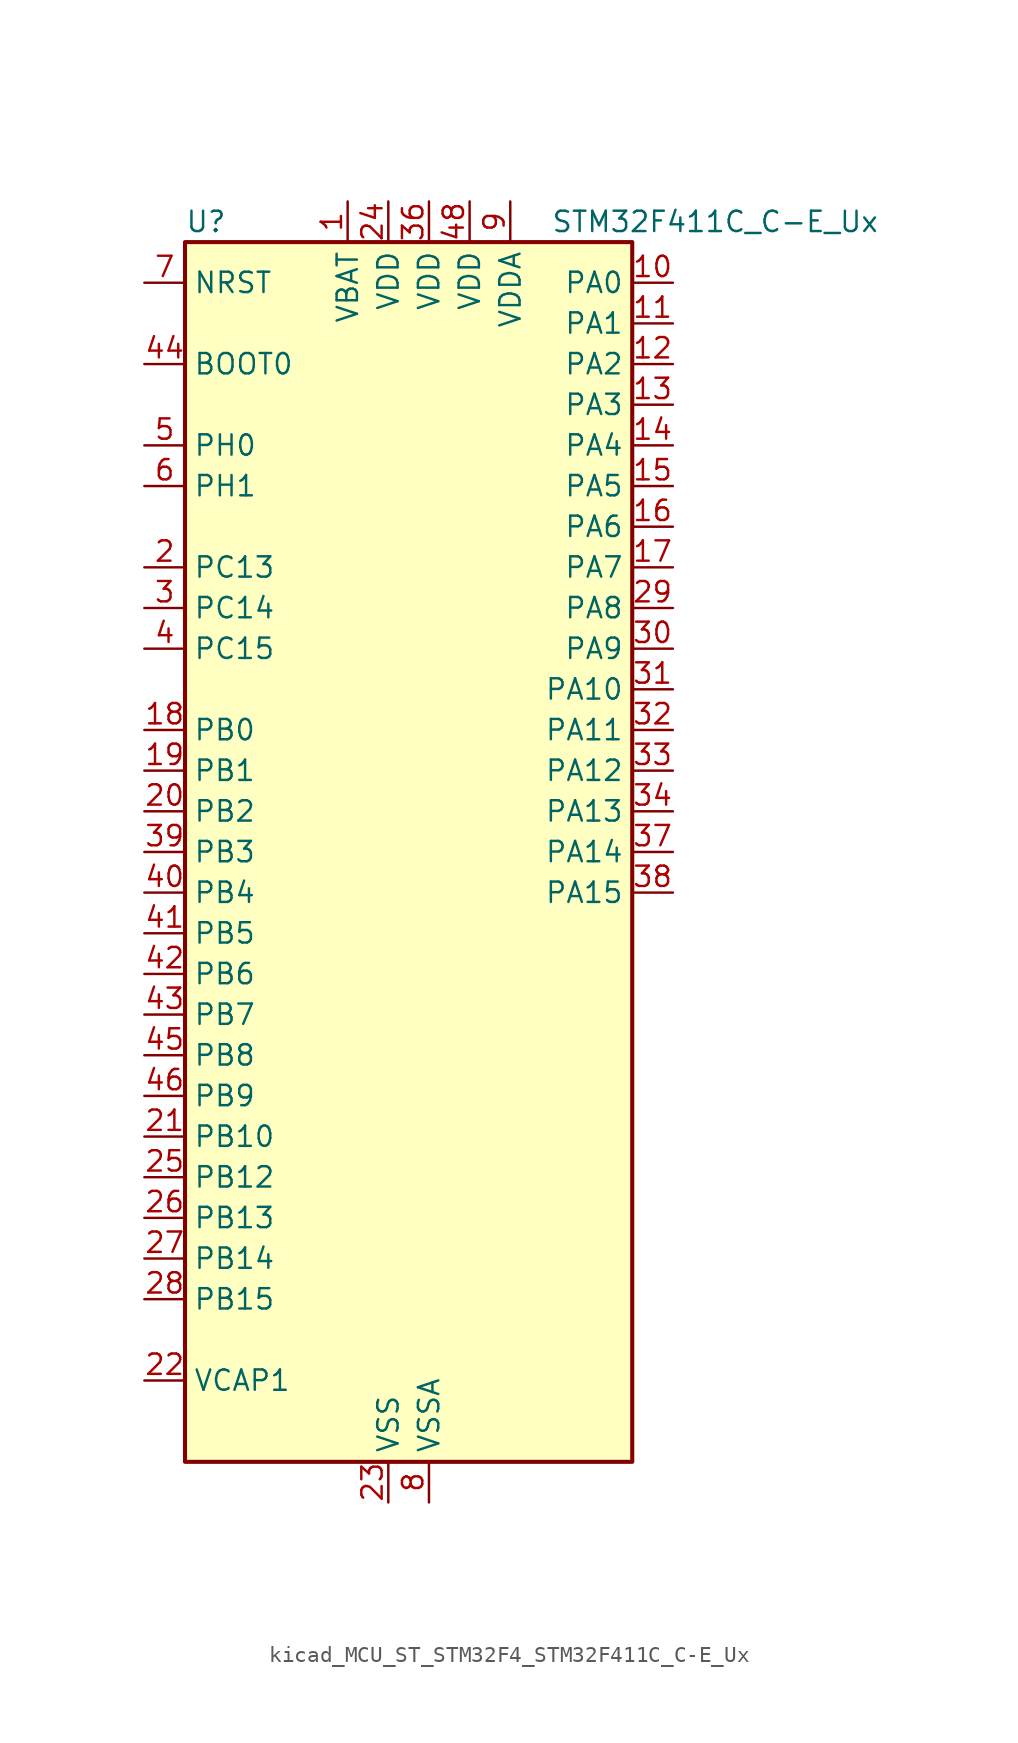
<source format=kicad_sym>
(kicad_symbol_lib
  (version 20220914)
  (generator kicad_symbol_editor)
  (symbol "kicad_MCU_ST_STM32F4_STM32F411C_C-E_Ux"
    (property "Reference" "U"
      (at -12.7 39.37 0)
      (effects (font (size 1.27 1.27)) (justify left)))
    (property "Value" "STM32F411C_C-E_Ux"
      (at 10.16 39.37 0)
      (effects (font (size 1.27 1.27)) (justify left)))
    (property "ki_locked" ""
      (at 0 0 0)
      (effects (font (size 1.27 1.27))))
    (symbol "kicad_MCU_ST_STM32F4_STM32F411C_C-E_Ux_0_1"
      (rectangle (start -12.7 -38.1) (end 15.24 38.1) (stroke (width 0.254) (type default)) (fill (type background))))
    (symbol "kicad_MCU_ST_STM32F4_STM32F411C_C-E_Ux_1_1"
      (pin power_in line (at -2.54 40.64 270) (length 2.54) (name "VBAT" (effects (font (size 1.27 1.27)))) (number "1" (effects (font (size 1.27 1.27)))))
      (pin bidirectional line (at 17.78 35.56 180) (length 2.54) (name "PA0" (effects (font (size 1.27 1.27)))) (number "10" (effects (font (size 1.27 1.27)))) (alternate "ADC1_IN0" bidirectional line) (alternate "SYS_WKUP" bidirectional line) (alternate "TIM2_CH1" bidirectional line) (alternate "TIM2_ETR" bidirectional line) (alternate "TIM5_CH1" bidirectional line) (alternate "USART2_CTS" bidirectional line))
      (pin bidirectional line (at 17.78 33.02 180) (length 2.54) (name "PA1" (effects (font (size 1.27 1.27)))) (number "11" (effects (font (size 1.27 1.27)))) (alternate "ADC1_IN1" bidirectional line) (alternate "I2S4_SD" bidirectional line) (alternate "SPI4_MOSI" bidirectional line) (alternate "TIM2_CH2" bidirectional line) (alternate "TIM5_CH2" bidirectional line) (alternate "USART2_RTS" bidirectional line))
      (pin bidirectional line (at 17.78 30.48 180) (length 2.54) (name "PA2" (effects (font (size 1.27 1.27)))) (number "12" (effects (font (size 1.27 1.27)))) (alternate "ADC1_IN2" bidirectional line) (alternate "I2S_CKIN" bidirectional line) (alternate "TIM2_CH3" bidirectional line) (alternate "TIM5_CH3" bidirectional line) (alternate "TIM9_CH1" bidirectional line) (alternate "USART2_TX" bidirectional line))
      (pin bidirectional line (at 17.78 27.94 180) (length 2.54) (name "PA3" (effects (font (size 1.27 1.27)))) (number "13" (effects (font (size 1.27 1.27)))) (alternate "ADC1_IN3" bidirectional line) (alternate "I2S2_MCK" bidirectional line) (alternate "TIM2_CH4" bidirectional line) (alternate "TIM5_CH4" bidirectional line) (alternate "TIM9_CH2" bidirectional line) (alternate "USART2_RX" bidirectional line))
      (pin bidirectional line (at 17.78 25.4 180) (length 2.54) (name "PA4" (effects (font (size 1.27 1.27)))) (number "14" (effects (font (size 1.27 1.27)))) (alternate "ADC1_IN4" bidirectional line) (alternate "I2S1_WS" bidirectional line) (alternate "I2S3_WS" bidirectional line) (alternate "SPI1_NSS" bidirectional line) (alternate "SPI3_NSS" bidirectional line) (alternate "USART2_CK" bidirectional line))
      (pin bidirectional line (at 17.78 22.86 180) (length 2.54) (name "PA5" (effects (font (size 1.27 1.27)))) (number "15" (effects (font (size 1.27 1.27)))) (alternate "ADC1_IN5" bidirectional line) (alternate "I2S1_CK" bidirectional line) (alternate "SPI1_SCK" bidirectional line) (alternate "TIM2_CH1" bidirectional line) (alternate "TIM2_ETR" bidirectional line))
      (pin bidirectional line (at 17.78 20.32 180) (length 2.54) (name "PA6" (effects (font (size 1.27 1.27)))) (number "16" (effects (font (size 1.27 1.27)))) (alternate "ADC1_IN6" bidirectional line) (alternate "I2S2_MCK" bidirectional line) (alternate "SDIO_CMD" bidirectional line) (alternate "SPI1_MISO" bidirectional line) (alternate "TIM1_BKIN" bidirectional line) (alternate "TIM3_CH1" bidirectional line))
      (pin bidirectional line (at 17.78 17.78 180) (length 2.54) (name "PA7" (effects (font (size 1.27 1.27)))) (number "17" (effects (font (size 1.27 1.27)))) (alternate "ADC1_IN7" bidirectional line) (alternate "I2S1_SD" bidirectional line) (alternate "SPI1_MOSI" bidirectional line) (alternate "TIM1_CH1N" bidirectional line) (alternate "TIM3_CH2" bidirectional line))
      (pin bidirectional line (at -15.24 7.62 0) (length 2.54) (name "PB0" (effects (font (size 1.27 1.27)))) (number "18" (effects (font (size 1.27 1.27)))) (alternate "ADC1_IN8" bidirectional line) (alternate "I2S5_CK" bidirectional line) (alternate "SPI5_SCK" bidirectional line) (alternate "TIM1_CH2N" bidirectional line) (alternate "TIM3_CH3" bidirectional line))
      (pin bidirectional line (at -15.24 5.08 0) (length 2.54) (name "PB1" (effects (font (size 1.27 1.27)))) (number "19" (effects (font (size 1.27 1.27)))) (alternate "ADC1_IN9" bidirectional line) (alternate "I2S5_WS" bidirectional line) (alternate "SPI5_NSS" bidirectional line) (alternate "TIM1_CH3N" bidirectional line) (alternate "TIM3_CH4" bidirectional line))
      (pin bidirectional line (at -15.24 17.78 0) (length 2.54) (name "PC13" (effects (font (size 1.27 1.27)))) (number "2" (effects (font (size 1.27 1.27)))) (alternate "RTC_AF1" bidirectional line))
      (pin bidirectional line (at -15.24 2.54 0) (length 2.54) (name "PB2" (effects (font (size 1.27 1.27)))) (number "20" (effects (font (size 1.27 1.27)))))
      (pin bidirectional line (at -15.24 -17.78 0) (length 2.54) (name "PB10" (effects (font (size 1.27 1.27)))) (number "21" (effects (font (size 1.27 1.27)))) (alternate "I2C2_SCL" bidirectional line) (alternate "I2S2_CK" bidirectional line) (alternate "I2S3_MCK" bidirectional line) (alternate "SDIO_D7" bidirectional line) (alternate "SPI2_SCK" bidirectional line) (alternate "TIM2_CH3" bidirectional line))
      (pin power_out line (at -15.24 -33.02 0) (length 2.54) (name "VCAP1" (effects (font (size 1.27 1.27)))) (number "22" (effects (font (size 1.27 1.27)))))
      (pin power_in line (at 0 -40.64 90) (length 2.54) (name "VSS" (effects (font (size 1.27 1.27)))) (number "23" (effects (font (size 1.27 1.27)))))
      (pin power_in line (at 0 40.64 270) (length 2.54) (name "VDD" (effects (font (size 1.27 1.27)))) (number "24" (effects (font (size 1.27 1.27)))))
      (pin bidirectional line (at -15.24 -20.32 0) (length 2.54) (name "PB12" (effects (font (size 1.27 1.27)))) (number "25" (effects (font (size 1.27 1.27)))) (alternate "I2C2_SMBA" bidirectional line) (alternate "I2S2_WS" bidirectional line) (alternate "I2S3_CK" bidirectional line) (alternate "I2S4_WS" bidirectional line) (alternate "SPI2_NSS" bidirectional line) (alternate "SPI3_SCK" bidirectional line) (alternate "SPI4_NSS" bidirectional line) (alternate "TIM1_BKIN" bidirectional line))
      (pin bidirectional line (at -15.24 -22.86 0) (length 2.54) (name "PB13" (effects (font (size 1.27 1.27)))) (number "26" (effects (font (size 1.27 1.27)))) (alternate "I2S2_CK" bidirectional line) (alternate "I2S4_CK" bidirectional line) (alternate "SPI2_SCK" bidirectional line) (alternate "SPI4_SCK" bidirectional line) (alternate "TIM1_CH1N" bidirectional line))
      (pin bidirectional line (at -15.24 -25.4 0) (length 2.54) (name "PB14" (effects (font (size 1.27 1.27)))) (number "27" (effects (font (size 1.27 1.27)))) (alternate "I2S2_ext_SD" bidirectional line) (alternate "SDIO_D6" bidirectional line) (alternate "SPI2_MISO" bidirectional line) (alternate "TIM1_CH2N" bidirectional line))
      (pin bidirectional line (at -15.24 -27.94 0) (length 2.54) (name "PB15" (effects (font (size 1.27 1.27)))) (number "28" (effects (font (size 1.27 1.27)))) (alternate "ADC1_EXTI15" bidirectional line) (alternate "I2S2_SD" bidirectional line) (alternate "RTC_REFIN" bidirectional line) (alternate "SDIO_CK" bidirectional line) (alternate "SPI2_MOSI" bidirectional line) (alternate "TIM1_CH3N" bidirectional line))
      (pin bidirectional line (at 17.78 15.24 180) (length 2.54) (name "PA8" (effects (font (size 1.27 1.27)))) (number "29" (effects (font (size 1.27 1.27)))) (alternate "I2C3_SCL" bidirectional line) (alternate "RCC_MCO_1" bidirectional line) (alternate "SDIO_D1" bidirectional line) (alternate "TIM1_CH1" bidirectional line) (alternate "USART1_CK" bidirectional line) (alternate "USB_OTG_FS_SOF" bidirectional line))
      (pin bidirectional line (at -15.24 15.24 0) (length 2.54) (name "PC14" (effects (font (size 1.27 1.27)))) (number "3" (effects (font (size 1.27 1.27)))) (alternate "RCC_OSC32_IN" bidirectional line))
      (pin bidirectional line (at 17.78 12.7 180) (length 2.54) (name "PA9" (effects (font (size 1.27 1.27)))) (number "30" (effects (font (size 1.27 1.27)))) (alternate "I2C3_SMBA" bidirectional line) (alternate "SDIO_D2" bidirectional line) (alternate "TIM1_CH2" bidirectional line) (alternate "USART1_TX" bidirectional line) (alternate "USB_OTG_FS_VBUS" bidirectional line))
      (pin bidirectional line (at 17.78 10.16 180) (length 2.54) (name "PA10" (effects (font (size 1.27 1.27)))) (number "31" (effects (font (size 1.27 1.27)))) (alternate "I2S5_SD" bidirectional line) (alternate "SPI5_MOSI" bidirectional line) (alternate "TIM1_CH3" bidirectional line) (alternate "USART1_RX" bidirectional line) (alternate "USB_OTG_FS_ID" bidirectional line))
      (pin bidirectional line (at 17.78 7.62 180) (length 2.54) (name "PA11" (effects (font (size 1.27 1.27)))) (number "32" (effects (font (size 1.27 1.27)))) (alternate "ADC1_EXTI11" bidirectional line) (alternate "SPI4_MISO" bidirectional line) (alternate "TIM1_CH4" bidirectional line) (alternate "USART1_CTS" bidirectional line) (alternate "USART6_TX" bidirectional line) (alternate "USB_OTG_FS_DM" bidirectional line))
      (pin bidirectional line (at 17.78 5.08 180) (length 2.54) (name "PA12" (effects (font (size 1.27 1.27)))) (number "33" (effects (font (size 1.27 1.27)))) (alternate "SPI5_MISO" bidirectional line) (alternate "TIM1_ETR" bidirectional line) (alternate "USART1_RTS" bidirectional line) (alternate "USART6_RX" bidirectional line) (alternate "USB_OTG_FS_DP" bidirectional line))
      (pin bidirectional line (at 17.78 2.54 180) (length 2.54) (name "PA13" (effects (font (size 1.27 1.27)))) (number "34" (effects (font (size 1.27 1.27)))) (alternate "SYS_JTMS-SWDIO" bidirectional line))
      (pin passive line (at 0 -40.64 90) (length 2.54) hide (name "VSS" (effects (font (size 1.27 1.27)))) (number "35" (effects (font (size 1.27 1.27)))))
      (pin power_in line (at 2.54 40.64 270) (length 2.54) (name "VDD" (effects (font (size 1.27 1.27)))) (number "36" (effects (font (size 1.27 1.27)))))
      (pin bidirectional line (at 17.78 0 180) (length 2.54) (name "PA14" (effects (font (size 1.27 1.27)))) (number "37" (effects (font (size 1.27 1.27)))) (alternate "SYS_JTCK-SWCLK" bidirectional line))
      (pin bidirectional line (at 17.78 -2.54 180) (length 2.54) (name "PA15" (effects (font (size 1.27 1.27)))) (number "38" (effects (font (size 1.27 1.27)))) (alternate "ADC1_EXTI15" bidirectional line) (alternate "I2S1_WS" bidirectional line) (alternate "I2S3_WS" bidirectional line) (alternate "SPI1_NSS" bidirectional line) (alternate "SPI3_NSS" bidirectional line) (alternate "SYS_JTDI" bidirectional line) (alternate "TIM2_CH1" bidirectional line) (alternate "TIM2_ETR" bidirectional line) (alternate "USART1_TX" bidirectional line))
      (pin bidirectional line (at -15.24 0 0) (length 2.54) (name "PB3" (effects (font (size 1.27 1.27)))) (number "39" (effects (font (size 1.27 1.27)))) (alternate "I2C2_SDA" bidirectional line) (alternate "I2S1_CK" bidirectional line) (alternate "I2S3_CK" bidirectional line) (alternate "SPI1_SCK" bidirectional line) (alternate "SPI3_SCK" bidirectional line) (alternate "SYS_JTDO-SWO" bidirectional line) (alternate "TIM2_CH2" bidirectional line) (alternate "USART1_RX" bidirectional line))
      (pin bidirectional line (at -15.24 12.7 0) (length 2.54) (name "PC15" (effects (font (size 1.27 1.27)))) (number "4" (effects (font (size 1.27 1.27)))) (alternate "ADC1_EXTI15" bidirectional line) (alternate "RCC_OSC32_OUT" bidirectional line))
      (pin bidirectional line (at -15.24 -2.54 0) (length 2.54) (name "PB4" (effects (font (size 1.27 1.27)))) (number "40" (effects (font (size 1.27 1.27)))) (alternate "I2C3_SDA" bidirectional line) (alternate "I2S3_ext_SD" bidirectional line) (alternate "SDIO_D0" bidirectional line) (alternate "SPI1_MISO" bidirectional line) (alternate "SPI3_MISO" bidirectional line) (alternate "SYS_JTRST" bidirectional line) (alternate "TIM3_CH1" bidirectional line))
      (pin bidirectional line (at -15.24 -5.08 0) (length 2.54) (name "PB5" (effects (font (size 1.27 1.27)))) (number "41" (effects (font (size 1.27 1.27)))) (alternate "I2C1_SMBA" bidirectional line) (alternate "I2S1_SD" bidirectional line) (alternate "I2S3_SD" bidirectional line) (alternate "SDIO_D3" bidirectional line) (alternate "SPI1_MOSI" bidirectional line) (alternate "SPI3_MOSI" bidirectional line) (alternate "TIM3_CH2" bidirectional line))
      (pin bidirectional line (at -15.24 -7.62 0) (length 2.54) (name "PB6" (effects (font (size 1.27 1.27)))) (number "42" (effects (font (size 1.27 1.27)))) (alternate "I2C1_SCL" bidirectional line) (alternate "TIM4_CH1" bidirectional line) (alternate "USART1_TX" bidirectional line))
      (pin bidirectional line (at -15.24 -10.16 0) (length 2.54) (name "PB7" (effects (font (size 1.27 1.27)))) (number "43" (effects (font (size 1.27 1.27)))) (alternate "I2C1_SDA" bidirectional line) (alternate "SDIO_D0" bidirectional line) (alternate "TIM4_CH2" bidirectional line) (alternate "USART1_RX" bidirectional line))
      (pin input line (at -15.24 30.48 0) (length 2.54) (name "BOOT0" (effects (font (size 1.27 1.27)))) (number "44" (effects (font (size 1.27 1.27)))))
      (pin bidirectional line (at -15.24 -12.7 0) (length 2.54) (name "PB8" (effects (font (size 1.27 1.27)))) (number "45" (effects (font (size 1.27 1.27)))) (alternate "I2C1_SCL" bidirectional line) (alternate "I2C3_SDA" bidirectional line) (alternate "I2S5_SD" bidirectional line) (alternate "SDIO_D4" bidirectional line) (alternate "SPI5_MOSI" bidirectional line) (alternate "TIM10_CH1" bidirectional line) (alternate "TIM4_CH3" bidirectional line))
      (pin bidirectional line (at -15.24 -15.24 0) (length 2.54) (name "PB9" (effects (font (size 1.27 1.27)))) (number "46" (effects (font (size 1.27 1.27)))) (alternate "I2C1_SDA" bidirectional line) (alternate "I2C2_SDA" bidirectional line) (alternate "I2S2_WS" bidirectional line) (alternate "SDIO_D5" bidirectional line) (alternate "SPI2_NSS" bidirectional line) (alternate "TIM11_CH1" bidirectional line) (alternate "TIM4_CH4" bidirectional line))
      (pin passive line (at 0 -40.64 90) (length 2.54) hide (name "VSS" (effects (font (size 1.27 1.27)))) (number "47" (effects (font (size 1.27 1.27)))))
      (pin power_in line (at 5.08 40.64 270) (length 2.54) (name "VDD" (effects (font (size 1.27 1.27)))) (number "48" (effects (font (size 1.27 1.27)))))
      (pin passive line (at 0 -40.64 90) (length 2.54) hide (name "VSS" (effects (font (size 1.27 1.27)))) (number "49" (effects (font (size 1.27 1.27)))))
      (pin bidirectional line (at -15.24 25.4 0) (length 2.54) (name "PH0" (effects (font (size 1.27 1.27)))) (number "5" (effects (font (size 1.27 1.27)))) (alternate "RCC_OSC_IN" bidirectional line))
      (pin bidirectional line (at -15.24 22.86 0) (length 2.54) (name "PH1" (effects (font (size 1.27 1.27)))) (number "6" (effects (font (size 1.27 1.27)))) (alternate "RCC_OSC_OUT" bidirectional line))
      (pin input line (at -15.24 35.56 0) (length 2.54) (name "NRST" (effects (font (size 1.27 1.27)))) (number "7" (effects (font (size 1.27 1.27)))))
      (pin power_in line (at 2.54 -40.64 90) (length 2.54) (name "VSSA" (effects (font (size 1.27 1.27)))) (number "8" (effects (font (size 1.27 1.27)))))
      (pin power_in line (at 7.62 40.64 270) (length 2.54) (name "VDDA" (effects (font (size 1.27 1.27)))) (number "9" (effects (font (size 1.27 1.27))))))))
</source>
